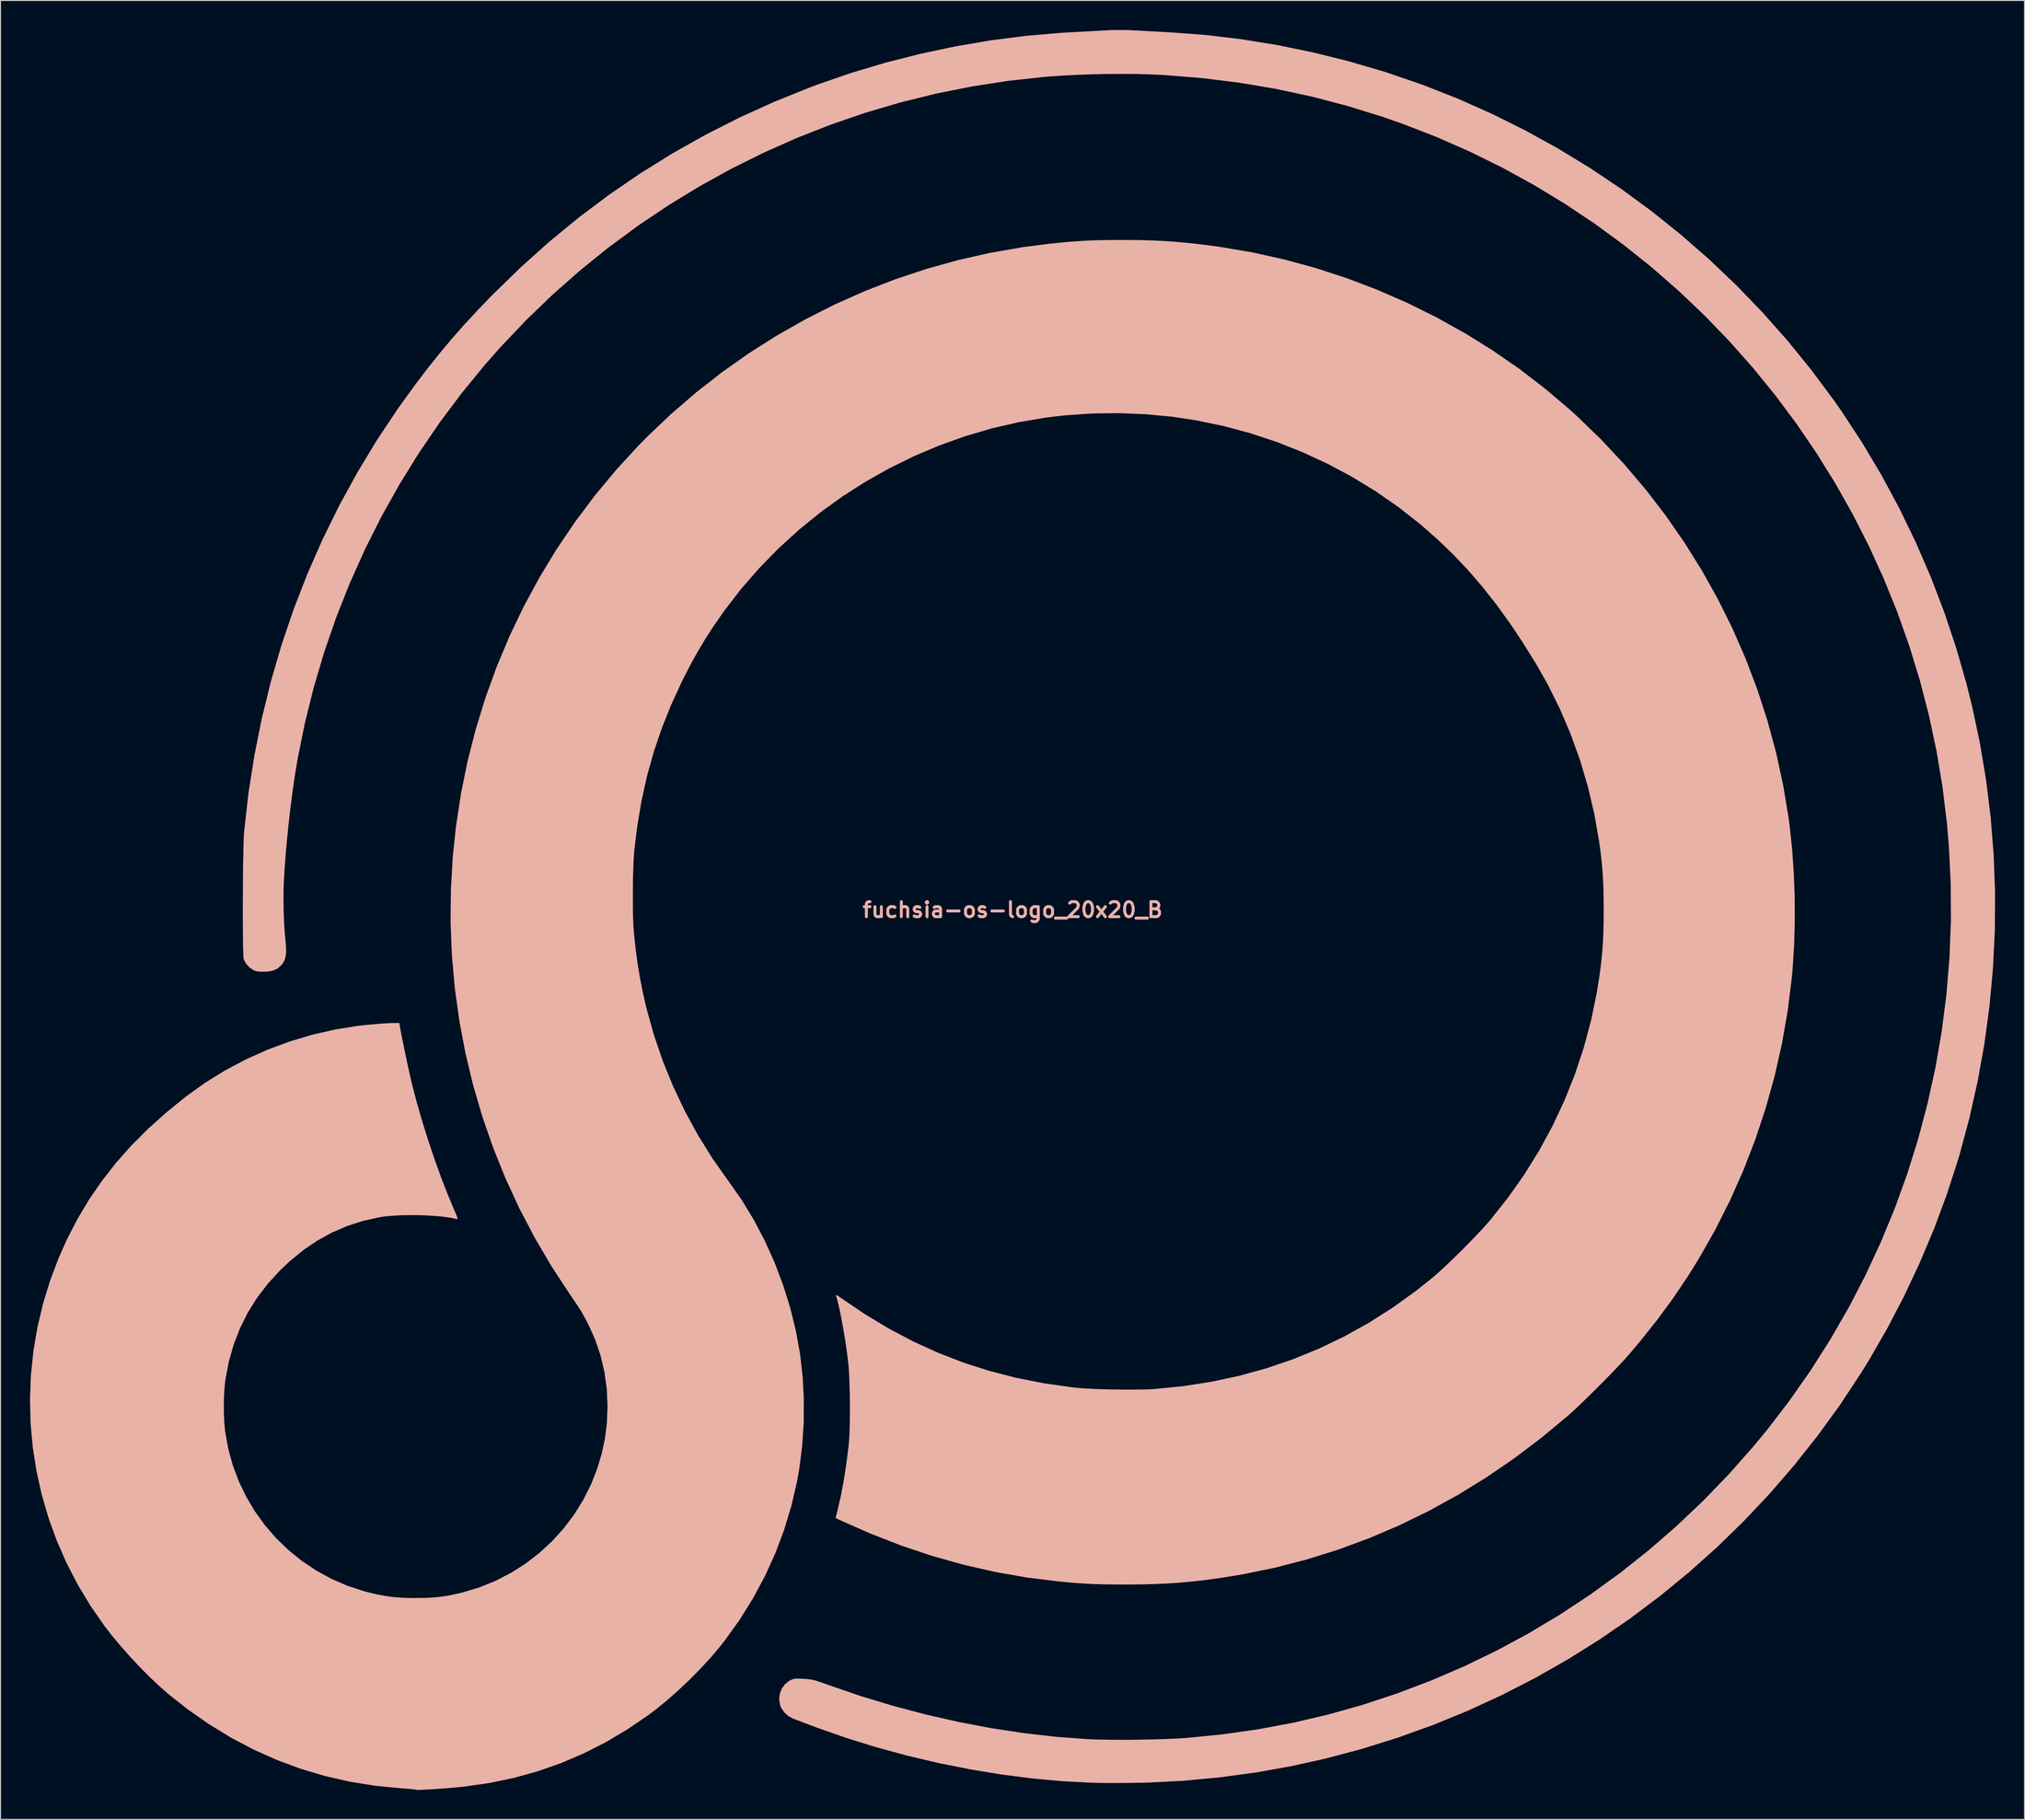
<source format=kicad_pcb>
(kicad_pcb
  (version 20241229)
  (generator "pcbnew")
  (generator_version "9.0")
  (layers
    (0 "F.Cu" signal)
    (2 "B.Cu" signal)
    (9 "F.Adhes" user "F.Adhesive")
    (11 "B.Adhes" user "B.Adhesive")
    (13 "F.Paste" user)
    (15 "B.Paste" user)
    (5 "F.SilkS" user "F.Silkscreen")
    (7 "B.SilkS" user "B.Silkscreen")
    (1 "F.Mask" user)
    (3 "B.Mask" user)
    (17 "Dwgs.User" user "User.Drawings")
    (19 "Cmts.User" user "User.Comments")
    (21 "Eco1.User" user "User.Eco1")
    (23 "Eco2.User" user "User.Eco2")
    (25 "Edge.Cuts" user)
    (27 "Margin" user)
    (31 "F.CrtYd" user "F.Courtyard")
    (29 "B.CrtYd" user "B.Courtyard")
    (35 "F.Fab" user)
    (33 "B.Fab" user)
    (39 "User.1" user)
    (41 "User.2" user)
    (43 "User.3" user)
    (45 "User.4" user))
  (footprint "fuchsia-os-logo_20x20_B"
    (layer "F.Cu")
    (at 99.983 89.564)
    (property "Reference" "fuchsia-os-logo_20x20_B" (at 0 0 0) (layer "B.SilkS") (effects (font (size 1.524 1.524) (thickness 0.3))))
    (attr through_hole)
    (fp_poly (pts (xy 11.711 -89.546) (xy 12.598 -89.506) (xy 12.632 -89.504) (xy 13.315 -89.466) (xy 14.091 -89.423) (xy 14.887 -89.38) (xy 15.633 -89.34) (xy 16.044 -89.318) (xy 19.618 -89.051) (xy 23.222 -88.624) (xy 26.841 -88.039) (xy 30.46 -87.3) (xy 34.063 -86.409) (xy 37.636 -85.369) (xy 38.058 -85.235) (xy 41.68 -83.992) (xy 45.239 -82.593) (xy 48.729 -81.043) (xy 52.145 -79.344) (xy 55.483 -77.501) (xy 58.739 -75.517) (xy 61.908 -73.394) (xy 64.985 -71.137) (xy 67.965 -68.749) (xy 70.845 -66.233) (xy 73.619 -63.593) (xy 76.282 -60.832) (xy 78.831 -57.954) (xy 81.261 -54.962) (xy 83.566 -51.86) (xy 84.348 -50.741) (xy 86.442 -47.547) (xy 88.4 -44.257) (xy 90.217 -40.879) (xy 91.89 -37.422) (xy 93.415 -33.895) (xy 94.788 -30.307) (xy 96.004 -26.667) (xy 97.061 -22.984) (xy 97.623 -20.732) (xy 98.419 -16.978) (xy 99.05 -13.193) (xy 99.518 -9.383) (xy 99.82 -5.555) (xy 99.959 -1.715) (xy 99.934 2.128) (xy 99.745 5.969) (xy 99.393 9.801) (xy 98.877 13.616) (xy 98.199 17.408) (xy 97.357 21.171) (xy 96.353 24.897) (xy 96.192 25.442) (xy 95.053 28.958) (xy 93.754 32.453) (xy 92.303 35.908) (xy 90.71 39.303) (xy 88.982 42.619) (xy 87.13 45.837) (xy 86.313 47.159) (xy 84.178 50.391) (xy 81.915 53.514) (xy 79.527 56.527) (xy 77.021 59.426) (xy 74.399 62.209) (xy 71.667 64.871) (xy 68.828 67.411) (xy 65.887 69.825) (xy 62.849 72.111) (xy 59.718 74.264) (xy 56.499 76.282) (xy 53.194 78.163) (xy 49.81 79.902) (xy 46.351 81.498) (xy 42.82 82.947) (xy 39.222 84.245) (xy 35.562 85.391) (xy 31.844 86.38) (xy 28.329 87.16) (xy 24.721 87.802) (xy 21.049 88.296) (xy 17.335 88.642) (xy 13.601 88.835) (xy 9.868 88.876) (xy 8.17 88.843) (xy 5.13 88.69) (xy 2.011 88.407) (xy -1.162 87.998) (xy -4.367 87.469) (xy -7.579 86.825) (xy -10.775 86.07) (xy -13.931 85.209) (xy -17.023 84.247) (xy -20.027 83.189) (xy -20.489 83.015) (xy -20.987 82.825) (xy -21.457 82.647) (xy -21.866 82.492) (xy -22.179 82.374) (xy -22.35 82.309) (xy -22.817 82.057) (xy -23.225 81.686) (xy -23.532 81.241) (xy -23.664 80.917) (xy -23.747 80.35) (xy -23.682 79.793) (xy -23.483 79.276) (xy -23.163 78.829) (xy -22.736 78.484) (xy -22.532 78.379) (xy -22.346 78.306) (xy -22.16 78.263) (xy -21.93 78.247) (xy -21.614 78.254) (xy -21.224 78.276) (xy -20.887 78.301) (xy -20.6 78.334) (xy -20.329 78.382) (xy -20.039 78.455) (xy -19.696 78.562) (xy -19.263 78.712) (xy -18.716 78.91) (xy -15.48 80.02) (xy -12.185 81.019) (xy -8.852 81.901) (xy -5.502 82.663) (xy -2.156 83.299) (xy 1.165 83.806) (xy 4.438 84.179) (xy 7.644 84.413) (xy 7.794 84.421) (xy 8.596 84.451) (xy 9.528 84.471) (xy 10.556 84.481) (xy 11.648 84.48) (xy 12.77 84.47) (xy 13.889 84.451) (xy 14.972 84.423) (xy 15.986 84.387) (xy 16.898 84.344) (xy 17.675 84.293) (xy 17.695 84.291) (xy 21.394 83.923) (xy 25.02 83.406) (xy 28.585 82.737) (xy 32.104 81.913) (xy 35.589 80.931) (xy 39.053 79.788) (xy 42.505 78.482) (xy 45.911 77.021) (xy 49.249 75.407) (xy 52.514 73.643) (xy 55.701 71.734) (xy 58.805 69.683) (xy 61.82 67.494) (xy 64.74 65.172) (xy 67.562 62.72) (xy 70.278 60.143) (xy 72.884 57.444) (xy 75.374 54.627) (xy 76.75 52.959) (xy 79.053 49.958) (xy 81.212 46.87) (xy 83.226 43.702) (xy 85.092 40.457) (xy 86.809 37.142) (xy 88.376 33.76) (xy 89.792 30.318) (xy 91.054 26.819) (xy 92.162 23.269) (xy 93.113 19.673) (xy 93.907 16.035) (xy 94.542 12.362) (xy 95.017 8.657) (xy 95.329 4.925) (xy 95.478 1.173) (xy 95.462 -2.596) (xy 95.279 -6.377) (xy 95.074 -8.805) (xy 94.623 -12.515) (xy 94.012 -16.181) (xy 93.242 -19.799) (xy 92.319 -23.363) (xy 91.243 -26.872) (xy 90.02 -30.319) (xy 88.653 -33.701) (xy 87.145 -37.014) (xy 85.498 -40.253) (xy 83.717 -43.415) (xy 81.805 -46.495) (xy 79.766 -49.488) (xy 77.601 -52.392) (xy 75.316 -55.201) (xy 72.913 -57.912) (xy 70.396 -60.52) (xy 67.767 -63.02) (xy 65.031 -65.41) (xy 62.19 -67.684) (xy 59.249 -69.839) (xy 56.209 -71.87) (xy 53.076 -73.774) (xy 49.851 -75.545) (xy 46.539 -77.18) (xy 43.142 -78.674) (xy 39.664 -80.024) (xy 37.634 -80.732) (xy 34.054 -81.841) (xy 30.437 -82.789) (xy 26.778 -83.575) (xy 23.073 -84.201) (xy 19.317 -84.667) (xy 15.504 -84.975) (xy 15.028 -85.002) (xy 13.565 -85.062) (xy 11.977 -85.093) (xy 10.309 -85.095) (xy 8.603 -85.069) (xy 6.901 -85.015) (xy 5.247 -84.935) (xy 3.683 -84.829) (xy 3.217 -84.79) (xy -0.499 -84.383) (xy -4.184 -83.812) (xy -7.831 -83.079) (xy -11.436 -82.187) (xy -14.993 -81.138) (xy -18.498 -79.935) (xy -21.944 -78.582) (xy -25.327 -77.079) (xy -28.643 -75.431) (xy -31.884 -73.639) (xy -35.047 -71.707) (xy -38.127 -69.637) (xy -41.117 -67.431) (xy -44.013 -65.093) (xy -46.811 -62.625) (xy -49.503 -60.03) (xy -52.086 -57.31) (xy -53.685 -55.499) (xy -56.074 -52.584) (xy -58.326 -49.574) (xy -60.438 -46.472) (xy -62.409 -43.285) (xy -64.235 -40.018) (xy -65.914 -36.676) (xy -67.443 -33.266) (xy -68.82 -29.792) (xy -70.042 -26.26) (xy -71.107 -22.676) (xy -72.011 -19.045) (xy -72.753 -15.372) (xy -72.85 -14.817) (xy -73.071 -13.438) (xy -73.286 -11.935) (xy -73.489 -10.347) (xy -73.675 -8.718) (xy -73.841 -7.089) (xy -73.981 -5.501) (xy -74.092 -3.997) (xy -74.166 -2.686) (xy -74.188 -1.914) (xy -74.193 -1.046) (xy -74.18 -0.127) (xy -74.152 0.798) (xy -74.109 1.681) (xy -74.054 2.479) (xy -74 3.027) (xy -73.937 3.732) (xy -73.928 4.302) (xy -73.979 4.762) (xy -74.093 5.139) (xy -74.276 5.458) (xy -74.447 5.662) (xy -74.798 5.961) (xy -75.201 6.156) (xy -75.694 6.261) (xy -76.19 6.289) (xy -76.595 6.283) (xy -76.886 6.251) (xy -77.119 6.184) (xy -77.271 6.113) (xy -77.638 5.857) (xy -77.958 5.514) (xy -78.182 5.14) (xy -78.233 4.995) (xy -78.254 4.833) (xy -78.272 4.518) (xy -78.288 4.067) (xy -78.3 3.497) (xy -78.31 2.824) (xy -78.317 2.067) (xy -78.321 1.24) (xy -78.323 0.362) (xy -78.322 -0.552) (xy -78.319 -1.484) (xy -78.314 -2.418) (xy -78.306 -3.336) (xy -78.296 -4.223) (xy -78.283 -5.061) (xy -78.269 -5.834) (xy -78.252 -6.525) (xy -78.234 -7.116) (xy -78.213 -7.593) (xy -78.191 -7.936) (xy -78.189 -7.959) (xy -77.75 -11.85) (xy -77.148 -15.7) (xy -76.386 -19.504) (xy -75.463 -23.259) (xy -74.383 -26.962) (xy -73.145 -30.607) (xy -71.752 -34.191) (xy -70.206 -37.711) (xy -68.506 -41.162) (xy -66.656 -44.541) (xy -64.657 -47.844) (xy -62.509 -51.067) (xy -60.755 -53.492) (xy -59.504 -55.131) (xy -58.281 -56.663) (xy -57.053 -58.129) (xy -55.786 -59.568) (xy -54.446 -61.017) (xy -53.001 -62.516) (xy -52.876 -62.643) (xy -50.048 -65.398) (xy -47.135 -68.007) (xy -44.136 -70.471) (xy -41.048 -72.79) (xy -37.871 -74.966) (xy -34.604 -76.999) (xy -31.244 -78.89) (xy -27.791 -80.64) (xy -24.244 -82.25) (xy -20.6 -83.72) (xy -19.77 -84.031) (xy -16.381 -85.199) (xy -12.911 -86.234) (xy -9.381 -87.132) (xy -5.813 -87.888) (xy -2.228 -88.499) (xy 1.351 -88.959) (xy 4.904 -89.264) (xy 5.884 -89.321) (xy 6.563 -89.356) (xy 7.333 -89.398) (xy 8.124 -89.441) (xy 8.861 -89.483) (xy 9.245 -89.505) (xy 10.114 -89.546) (xy 10.91 -89.559) (xy 11.711 -89.546)) (stroke (width 0.01) (type solid)) (fill yes) (layer "B.SilkS"))
    (fp_poly (pts (xy 12.695 -68.174) (xy 14.179 -68.135) (xy 15.591 -68.066) (xy 16.98 -67.964) (xy 18.395 -67.825) (xy 19.882 -67.644) (xy 21.109 -67.476) (xy 24.385 -66.921) (xy 27.631 -66.204) (xy 30.839 -65.327) (xy 34.003 -64.294) (xy 37.113 -63.109) (xy 40.163 -61.776) (xy 43.143 -60.299) (xy 46.047 -58.68) (xy 48.866 -56.925) (xy 51.593 -55.037) (xy 54.219 -53.019) (xy 56.737 -50.876) (xy 57.446 -50.23) (xy 59.896 -47.855) (xy 62.216 -45.376) (xy 64.404 -42.798) (xy 66.456 -40.126) (xy 68.37 -37.366) (xy 70.144 -34.521) (xy 71.774 -31.599) (xy 73.259 -28.604) (xy 74.594 -25.54) (xy 75.778 -22.415) (xy 76.808 -19.231) (xy 77.682 -15.996) (xy 78.395 -12.713) (xy 78.947 -9.389) (xy 79.075 -8.424) (xy 79.316 -6.141) (xy 79.482 -3.756) (xy 79.571 -1.316) (xy 79.583 1.133) (xy 79.517 3.545) (xy 79.373 5.874) (xy 79.285 6.858) (xy 78.868 10.228) (xy 78.286 13.567) (xy 77.543 16.868) (xy 76.64 20.126) (xy 75.579 23.333) (xy 74.363 26.482) (xy 72.995 29.567) (xy 71.476 32.581) (xy 69.81 35.517) (xy 68.718 37.273) (xy 67.237 39.474) (xy 65.635 41.66) (xy 63.896 43.851) (xy 62.751 45.212) (xy 62.347 45.668) (xy 61.84 46.216) (xy 61.253 46.834) (xy 60.609 47.5) (xy 59.929 48.191) (xy 59.236 48.885) (xy 58.551 49.559) (xy 57.898 50.192) (xy 57.299 50.76) (xy 56.775 51.242) (xy 56.515 51.473) (xy 53.813 53.722) (xy 51.043 55.818) (xy 48.208 57.76) (xy 45.309 59.546) (xy 42.348 61.176) (xy 39.325 62.649) (xy 36.244 63.965) (xy 33.105 65.123) (xy 29.91 66.121) (xy 26.661 66.96) (xy 23.359 67.638) (xy 20.997 68.02) (xy 19.514 68.219) (xy 18.097 68.377) (xy 16.701 68.498) (xy 15.286 68.583) (xy 13.808 68.637) (xy 12.224 68.662) (xy 11.472 68.665) (xy 10.321 68.66) (xy 9.298 68.646) (xy 8.363 68.619) (xy 7.477 68.579) (xy 6.597 68.523) (xy 5.685 68.449) (xy 4.741 68.36) (xy 1.473 67.955) (xy -1.762 67.388) (xy -4.969 66.658) (xy -8.152 65.764) (xy -11.316 64.705) (xy -14.466 63.479) (xy -17.363 62.2) (xy -18.003 61.9) (xy -17.807 61.121) (xy -17.477 59.68) (xy -17.179 58.109) (xy -16.919 56.443) (xy -16.703 54.72) (xy -16.664 54.356) (xy -16.62 53.807) (xy -16.587 53.121) (xy -16.565 52.329) (xy -16.553 51.463) (xy -16.55 50.553) (xy -16.558 49.631) (xy -16.575 48.729) (xy -16.602 47.879) (xy -16.638 47.111) (xy -16.683 46.457) (xy -16.709 46.186) (xy -16.792 45.477) (xy -16.896 44.707) (xy -17.017 43.902) (xy -17.149 43.085) (xy -17.289 42.283) (xy -17.431 41.52) (xy -17.572 40.821) (xy -17.706 40.211) (xy -17.83 39.715) (xy -17.938 39.358) (xy -17.954 39.315) (xy -17.977 39.226) (xy -17.941 39.206) (xy -17.825 39.264) (xy -17.606 39.41) (xy -17.42 39.541) (xy -15.004 41.173) (xy -12.565 42.639) (xy -10.093 43.943) (xy -7.579 45.09) (xy -5.013 46.083) (xy -2.385 46.926) (xy 0.314 47.623) (xy 3.094 48.176) (xy 5.966 48.59) (xy 6.435 48.644) (xy 7.002 48.695) (xy 7.706 48.739) (xy 8.514 48.776) (xy 9.394 48.804) (xy 10.311 48.825) (xy 11.235 48.836) (xy 12.132 48.838) (xy 12.969 48.83) (xy 13.715 48.812) (xy 14.335 48.782) (xy 14.436 48.775) (xy 17.388 48.481) (xy 20.277 48.029) (xy 23.101 47.421) (xy 25.86 46.657) (xy 28.554 45.737) (xy 31.182 44.661) (xy 33.744 43.429) (xy 36.239 42.041) (xy 38.667 40.498) (xy 41.028 38.8) (xy 42.714 37.457) (xy 43.196 37.041) (xy 43.765 36.523) (xy 44.4 35.925) (xy 45.075 35.272) (xy 45.767 34.588) (xy 46.453 33.895) (xy 47.107 33.219) (xy 47.707 32.582) (xy 48.229 32.009) (xy 48.601 31.581) (xy 50.413 29.295) (xy 52.077 26.929) (xy 53.592 24.486) (xy 54.955 21.97) (xy 56.166 19.385) (xy 57.222 16.734) (xy 58.122 14.022) (xy 58.864 11.251) (xy 59.446 8.427) (xy 59.684 6.943) (xy 59.821 5.947) (xy 59.93 5.026) (xy 60.014 4.14) (xy 60.074 3.248) (xy 60.115 2.311) (xy 60.137 1.289) (xy 60.145 0.143) (xy 60.145 0) (xy 60.139 -1.164) (xy 60.118 -2.198) (xy 60.08 -3.144) (xy 60.022 -4.041) (xy 59.942 -4.928) (xy 59.836 -5.846) (xy 59.702 -6.835) (xy 59.681 -6.985) (xy 59.193 -9.773) (xy 58.545 -12.529) (xy 57.741 -15.241) (xy 56.784 -17.897) (xy 55.679 -20.486) (xy 54.431 -22.996) (xy 53.263 -25.052) (xy 51.905 -27.235) (xy 50.546 -29.264) (xy 49.175 -31.156) (xy 47.778 -32.925) (xy 46.342 -34.589) (xy 44.854 -36.162) (xy 43.301 -37.66) (xy 41.67 -39.099) (xy 41.444 -39.289) (xy 39.242 -41.018) (xy 36.937 -42.618) (xy 34.537 -44.085) (xy 32.052 -45.412) (xy 29.494 -46.598) (xy 26.87 -47.636) (xy 24.191 -48.524) (xy 21.467 -49.256) (xy 18.708 -49.829) (xy 16.256 -50.199) (xy 13.505 -50.46) (xy 10.724 -50.569) (xy 7.943 -50.526) (xy 5.189 -50.329) (xy 3.387 -50.115) (xy 0.611 -49.644) (xy -2.125 -49.012) (xy -4.815 -48.223) (xy -7.453 -47.281) (xy -10.03 -46.191) (xy -12.54 -44.957) (xy -14.975 -43.584) (xy -17.329 -42.077) (xy -19.594 -40.439) (xy -21.763 -38.675) (xy -23.829 -36.791) (xy -25.786 -34.789) (xy -27.625 -32.675) (xy -29.34 -30.453) (xy -30.524 -28.744) (xy -31.26 -27.599) (xy -31.937 -26.474) (xy -32.585 -25.321) (xy -33.232 -24.087) (xy -33.655 -23.241) (xy -34.749 -20.872) (xy -35.699 -18.498) (xy -36.513 -16.099) (xy -37.197 -13.653) (xy -37.755 -11.138) (xy -38.195 -8.533) (xy -38.494 -6.096) (xy -38.54 -5.541) (xy -38.577 -4.851) (xy -38.607 -4.057) (xy -38.628 -3.19) (xy -38.641 -2.28) (xy -38.646 -1.358) (xy -38.642 -0.455) (xy -38.629 0.399) (xy -38.607 1.174) (xy -38.577 1.839) (xy -38.54 2.328) (xy -38.365 3.954) (xy -38.164 5.462) (xy -37.927 6.903) (xy -37.647 8.329) (xy -37.315 9.789) (xy -37.25 10.055) (xy -36.508 12.72) (xy -35.607 15.355) (xy -34.555 17.944) (xy -33.357 20.472) (xy -32.023 22.923) (xy -30.559 25.281) (xy -28.973 27.531) (xy -28.921 27.599) (xy -27.568 29.528) (xy -26.326 31.573) (xy -25.203 33.717) (xy -24.206 35.942) (xy -23.341 38.231) (xy -22.616 40.567) (xy -22.039 42.932) (xy -21.634 45.189) (xy -21.369 47.496) (xy -21.246 49.857) (xy -21.263 52.237) (xy -21.42 54.604) (xy -21.716 56.924) (xy -21.937 58.166) (xy -22.512 60.652) (xy -23.248 63.087) (xy -24.142 65.466) (xy -25.192 67.782) (xy -26.393 70.03) (xy -27.744 72.204) (xy -29.243 74.298) (xy -29.77 74.972) (xy -30.701 76.077) (xy -31.745 77.215) (xy -32.87 78.353) (xy -34.041 79.459) (xy -35.223 80.5) (xy -36.384 81.443) (xy -37.084 81.969) (xy -39.228 83.428) (xy -41.419 84.727) (xy -43.663 85.867) (xy -45.963 86.849) (xy -48.324 87.676) (xy -50.75 88.349) (xy -53.247 88.87) (xy -55.818 89.239) (xy -57.7 89.412) (xy -58.579 89.473) (xy -59.296 89.518) (xy -59.858 89.549) (xy -60.273 89.566) (xy -60.547 89.568) (xy -60.687 89.557) (xy -60.708 89.548) (xy -60.803 89.528) (xy -61.039 89.5) (xy -61.386 89.468) (xy -61.817 89.435) (xy -62.19 89.409) (xy -64.825 89.155) (xy -67.409 88.739) (xy -69.94 88.163) (xy -72.416 87.427) (xy -74.837 86.531) (xy -77.201 85.477) (xy -79.507 84.263) (xy -81.753 82.892) (xy -83.939 81.363) (xy -85.852 79.854) (xy -86.788 79.036) (xy -87.776 78.102) (xy -88.786 77.086) (xy -89.786 76.02) (xy -90.746 74.937) (xy -91.636 73.869) (xy -92.356 72.94) (xy -93.807 70.854) (xy -95.107 68.698) (xy -96.255 66.48) (xy -97.25 64.207) (xy -98.092 61.887) (xy -98.78 59.527) (xy -99.314 57.135) (xy -99.692 54.717) (xy -99.913 52.282) (xy -99.978 49.837) (xy -99.885 47.389) (xy -99.634 44.945) (xy -99.224 42.514) (xy -98.654 40.102) (xy -97.924 37.717) (xy -97.032 35.365) (xy -96.195 33.499) (xy -95.131 31.443) (xy -93.956 29.476) (xy -92.661 27.589) (xy -91.239 25.771) (xy -89.682 24.015) (xy -87.98 22.308) (xy -86.127 20.643) (xy -84.129 19.019) (xy -82.192 17.625) (xy -80.154 16.36) (xy -78.026 15.231) (xy -75.821 14.243) (xy -73.551 13.4) (xy -71.229 12.707) (xy -68.866 12.17) (xy -66.656 11.817) (xy -66.126 11.755) (xy -65.522 11.694) (xy -64.884 11.637) (xy -64.254 11.587) (xy -63.673 11.548) (xy -63.182 11.523) (xy -62.848 11.515) (xy -62.407 11.515) (xy -62.354 11.832) (xy -62.277 12.265) (xy -62.169 12.828) (xy -62.037 13.49) (xy -61.889 14.215) (xy -61.731 14.97) (xy -61.571 15.721) (xy -61.415 16.435) (xy -61.271 17.078) (xy -61.146 17.616) (xy -61.096 17.822) (xy -60.611 19.669) (xy -60.06 21.578) (xy -59.455 23.509) (xy -58.81 25.423) (xy -58.139 27.279) (xy -57.454 29.039) (xy -56.891 30.382) (xy -56.702 30.822) (xy -56.577 31.128) (xy -56.508 31.324) (xy -56.491 31.43) (xy -56.519 31.469) (xy -56.585 31.461) (xy -57.154 31.336) (xy -57.859 31.234) (xy -58.668 31.154) (xy -59.55 31.099) (xy -60.473 31.068) (xy -61.404 31.063) (xy -62.312 31.083) (xy -63.165 31.131) (xy -63.931 31.206) (xy -64.412 31.278) (xy -66.108 31.656) (xy -67.725 32.178) (xy -69.272 32.845) (xy -70.757 33.664) (xy -72.186 34.638) (xy -73.569 35.77) (xy -74.512 36.66) (xy -75.76 38.016) (xy -76.859 39.452) (xy -77.809 40.967) (xy -78.608 42.561) (xy -79.257 44.233) (xy -79.756 45.981) (xy -80.099 47.78) (xy -80.185 48.543) (xy -80.24 49.419) (xy -80.264 50.355) (xy -80.256 51.296) (xy -80.216 52.191) (xy -80.144 52.985) (xy -80.134 53.06) (xy -79.822 54.821) (xy -79.355 56.527) (xy -78.739 58.171) (xy -77.982 59.744) (xy -77.092 61.238) (xy -76.076 62.645) (xy -74.941 63.955) (xy -73.694 65.162) (xy -72.344 66.256) (xy -70.898 67.229) (xy -69.362 68.073) (xy -67.744 68.78) (xy -66.053 69.34) (xy -65.586 69.465) (xy -64.652 69.685) (xy -63.791 69.847) (xy -62.949 69.957) (xy -62.069 70.023) (xy -61.096 70.05) (xy -60.748 70.052) (xy -59.742 70.037) (xy -58.849 69.988) (xy -58.012 69.896) (xy -57.178 69.757) (xy -56.291 69.563) (xy -55.935 69.475) (xy -54.225 68.957) (xy -52.582 68.288) (xy -51.013 67.475) (xy -49.529 66.528) (xy -48.138 65.454) (xy -46.849 64.261) (xy -45.67 62.957) (xy -44.61 61.552) (xy -43.678 60.051) (xy -42.884 58.465) (xy -42.267 56.896) (xy -41.793 55.319) (xy -41.464 53.76) (xy -41.273 52.172) (xy -41.212 50.546) (xy -41.29 48.762) (xy -41.525 47.036) (xy -41.92 45.363) (xy -42.475 43.738) (xy -43.013 42.513) (xy -43.256 42.018) (xy -43.477 41.588) (xy -43.696 41.191) (xy -43.932 40.794) (xy -44.204 40.365) (xy -44.532 39.872) (xy -44.935 39.283) (xy -45.05 39.116) (xy -46.912 36.277) (xy -48.624 33.362) (xy -50.184 30.378) (xy -51.591 27.331) (xy -52.844 24.224) (xy -53.941 21.065) (xy -54.881 17.858) (xy -55.663 14.61) (xy -56.285 11.325) (xy -56.746 8.009) (xy -57.045 4.668) (xy -57.18 1.308) (xy -57.149 -2.067) (xy -56.953 -5.451) (xy -56.636 -8.467) (xy -56.126 -11.818) (xy -55.453 -15.128) (xy -54.62 -18.391) (xy -53.631 -21.601) (xy -52.486 -24.753) (xy -51.19 -27.842) (xy -49.745 -30.861) (xy -48.154 -33.806) (xy -46.418 -36.671) (xy -44.542 -39.451) (xy -42.527 -42.14) (xy -40.377 -44.733) (xy -38.093 -47.224) (xy -37.206 -48.128) (xy -34.752 -50.463) (xy -32.196 -52.668) (xy -29.543 -54.738) (xy -26.8 -56.672) (xy -23.971 -58.465) (xy -21.063 -60.116) (xy -18.082 -61.622) (xy -15.033 -62.98) (xy -11.921 -64.187) (xy -8.754 -65.24) (xy -5.536 -66.137) (xy -2.274 -66.874) (xy 1.028 -67.45) (xy 3.514 -67.772) (xy 4.669 -67.894) (xy 5.714 -67.991) (xy 6.696 -68.066) (xy 7.657 -68.12) (xy 8.645 -68.156) (xy 9.704 -68.177) (xy 10.878 -68.185) (xy 11.091 -68.185) (xy 12.695 -68.174)) (stroke (width 0.01) (type solid)) (fill yes) (layer "B.SilkS")))
  (gr_rect
    (start -3 -3)
    (end 202.947 182.138)
    (stroke (width 0.1) (type default))
    (fill no)
    (layer "Edge.Cuts")))
</source>
